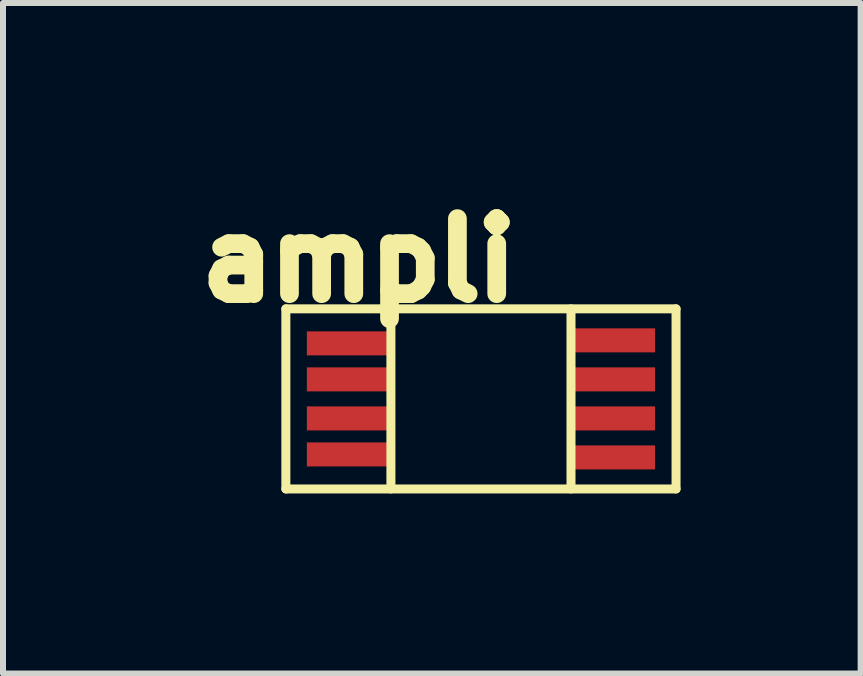
<source format=kicad_pcb>
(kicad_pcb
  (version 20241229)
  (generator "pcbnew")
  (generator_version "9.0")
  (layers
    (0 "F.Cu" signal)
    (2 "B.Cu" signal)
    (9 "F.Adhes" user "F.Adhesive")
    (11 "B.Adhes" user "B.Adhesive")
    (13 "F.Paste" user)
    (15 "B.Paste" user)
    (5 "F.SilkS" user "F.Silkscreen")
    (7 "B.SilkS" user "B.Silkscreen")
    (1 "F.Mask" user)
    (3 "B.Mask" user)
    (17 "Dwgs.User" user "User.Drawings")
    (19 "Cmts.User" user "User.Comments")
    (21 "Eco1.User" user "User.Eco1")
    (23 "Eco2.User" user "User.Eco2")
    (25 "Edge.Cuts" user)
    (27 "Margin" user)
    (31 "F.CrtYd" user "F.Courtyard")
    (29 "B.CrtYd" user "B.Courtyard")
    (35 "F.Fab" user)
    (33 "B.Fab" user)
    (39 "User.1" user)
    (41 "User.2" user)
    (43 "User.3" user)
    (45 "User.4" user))
  (footprint "ampli"
    (layer "F.Cu")
    (at 4.962 3.595)
    (property "Reference" "ampli" (at -2.029 -2.315 0) (layer "F.SilkS") (effects (font (size 1.25 1.25) (thickness 0.312))))
    (attr through_hole)
    (fp_line (start -3.25 -1.5) (end -3.25 1.5) (stroke (width 0.15) (type solid)) (layer "F.SilkS"))
    (fp_line (start -3.25 -1.5) (end 3.25 -1.5) (stroke (width 0.15) (type solid)) (layer "F.SilkS"))
    (fp_line (start -1.5 -1.5) (end -1.5 1.5) (stroke (width 0.15) (type solid)) (layer "F.SilkS"))
    (fp_line (start 1.5 -1.5) (end 1.5 1.5) (stroke (width 0.15) (type solid)) (layer "F.SilkS"))
    (fp_line (start 3.25 -1.5) (end 3.25 1.5) (stroke (width 0.15) (type solid)) (layer "F.SilkS"))
    (fp_line (start 3.25 1.5) (end -3.25 1.5) (stroke (width 0.15) (type solid)) (layer "F.SilkS"))
    (pad "1" smd rect (at -2.2 -0.925) (size 1.4 0.4) (layers "F.Cu" "F.Mask" "F.Paste"))
    (pad "2" smd rect (at -2.2 -0.325) (size 1.4 0.4) (layers "F.Cu" "F.Mask" "F.Paste"))
    (pad "3" smd rect (at -2.2 0.325) (size 1.4 0.4) (layers "F.Cu" "F.Mask" "F.Paste"))
    (pad "4" smd rect (at -2.2 0.925) (size 1.4 0.4) (layers "F.Cu" "F.Mask" "F.Paste"))
    (pad "5" smd rect (at 2.2 0.975) (size 1.4 0.4) (layers "F.Cu" "F.Mask" "F.Paste"))
    (pad "6" smd rect (at 2.2 0.325) (size 1.4 0.4) (layers "F.Cu" "F.Mask" "F.Paste"))
    (pad "7" smd rect (at 2.2 -0.325) (size 1.4 0.4) (layers "F.Cu" "F.Mask" "F.Paste"))
    (pad "8" smd rect (at 2.2 -0.975) (size 1.4 0.4) (layers "F.Cu" "F.Mask" "F.Paste")))
  (gr_rect
    (start -3 -3)
    (end 11.287 8.17)
    (stroke (width 0.1) (type default))
    (fill no)
    (layer "Edge.Cuts")))
</source>
